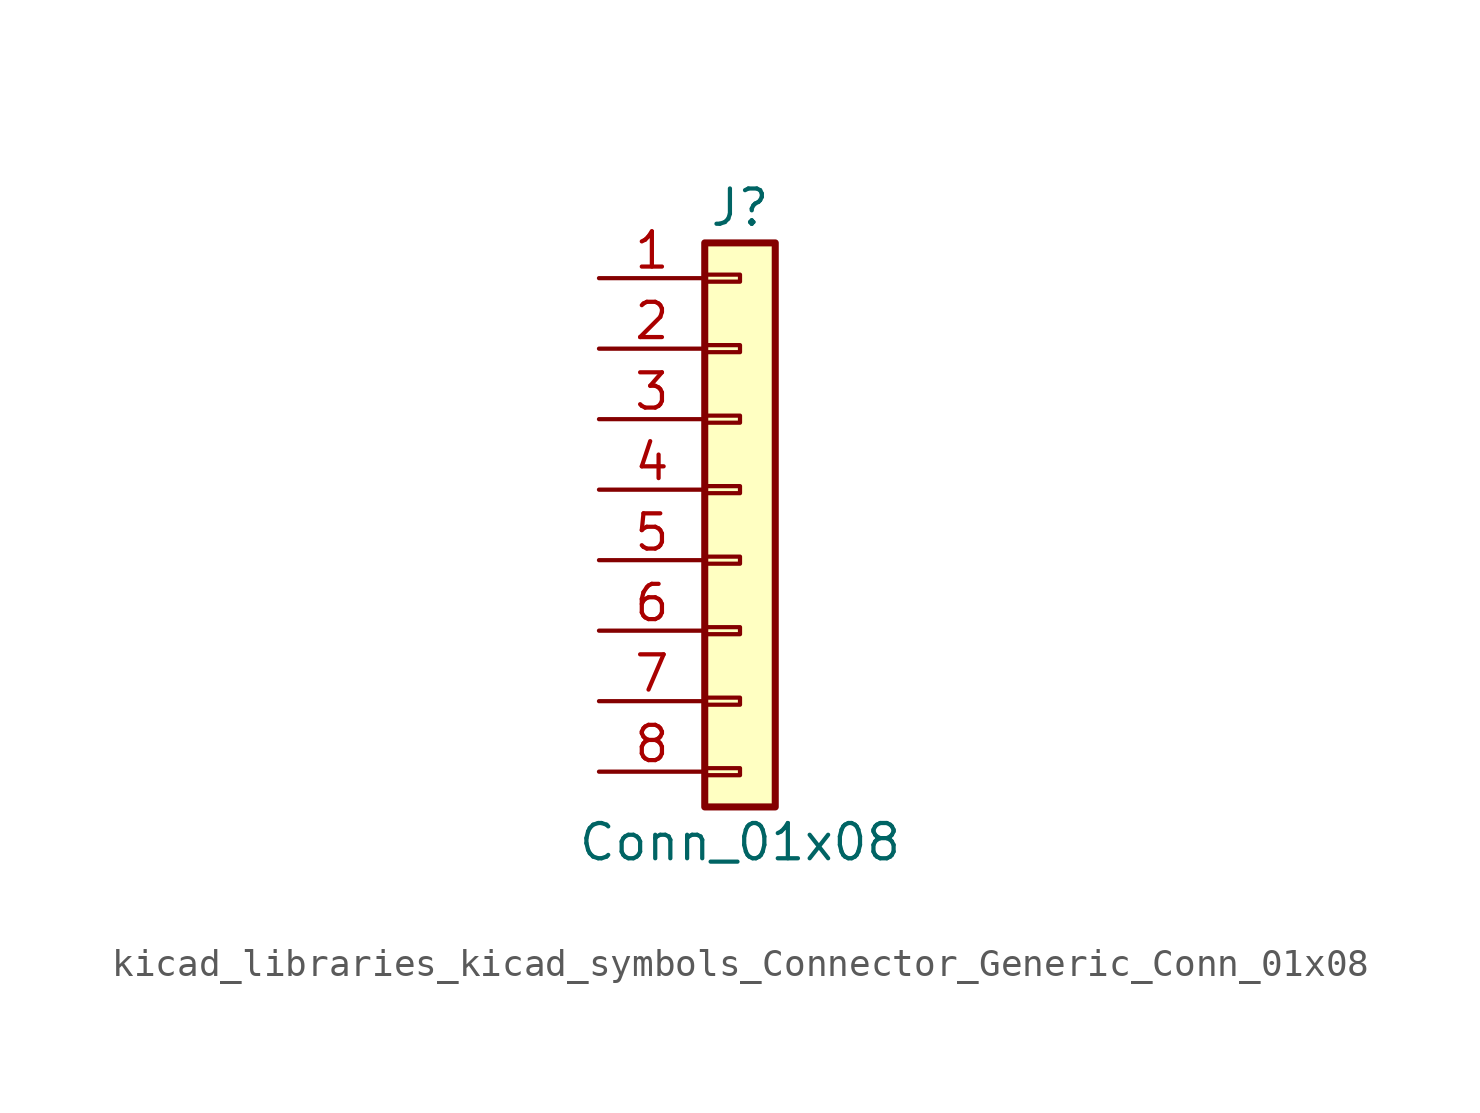
<source format=kicad_sym>
(kicad_symbol_lib
  (version 20220914)
  (generator kicad_symbol_editor)
  (symbol "kicad_libraries_kicad_symbols_Connector_Generic_Conn_01x08"
    (pin_names
      (offset 1.016) hide)
    (property "Reference" "J"
      (at 0 10.16 0)
      (effects (font (size 1.27 1.27))))
    (property "Value" "Conn_01x08"
      (at 0 -12.7 0)
      (effects (font (size 1.27 1.27))))
    (symbol "kicad_libraries_kicad_symbols_Connector_Generic_Conn_01x08_1_1"
      (rectangle (start -1.27 -10.033) (end 0 -10.287) (stroke (width 0.152) (type default)) (fill (type none)))
      (rectangle (start -1.27 -7.493) (end 0 -7.747) (stroke (width 0.152) (type default)) (fill (type none)))
      (rectangle (start -1.27 -4.953) (end 0 -5.207) (stroke (width 0.152) (type default)) (fill (type none)))
      (rectangle (start -1.27 -2.413) (end 0 -2.667) (stroke (width 0.152) (type default)) (fill (type none)))
      (rectangle (start -1.27 0.127) (end 0 -0.127) (stroke (width 0.152) (type default)) (fill (type none)))
      (rectangle (start -1.27 2.667) (end 0 2.413) (stroke (width 0.152) (type default)) (fill (type none)))
      (rectangle (start -1.27 5.207) (end 0 4.953) (stroke (width 0.152) (type default)) (fill (type none)))
      (rectangle (start -1.27 7.747) (end 0 7.493) (stroke (width 0.152) (type default)) (fill (type none)))
      (rectangle (start -1.27 8.89) (end 1.27 -11.43) (stroke (width 0.254) (type default)) (fill (type background)))
      (pin passive line (at -5.08 7.62 0) (length 3.81) (name "Pin_1" (effects (font (size 1.27 1.27)))) (number "1" (effects (font (size 1.27 1.27)))))
      (pin passive line (at -5.08 5.08 0) (length 3.81) (name "Pin_2" (effects (font (size 1.27 1.27)))) (number "2" (effects (font (size 1.27 1.27)))))
      (pin passive line (at -5.08 2.54 0) (length 3.81) (name "Pin_3" (effects (font (size 1.27 1.27)))) (number "3" (effects (font (size 1.27 1.27)))))
      (pin passive line (at -5.08 0 0) (length 3.81) (name "Pin_4" (effects (font (size 1.27 1.27)))) (number "4" (effects (font (size 1.27 1.27)))))
      (pin passive line (at -5.08 -2.54 0) (length 3.81) (name "Pin_5" (effects (font (size 1.27 1.27)))) (number "5" (effects (font (size 1.27 1.27)))))
      (pin passive line (at -5.08 -5.08 0) (length 3.81) (name "Pin_6" (effects (font (size 1.27 1.27)))) (number "6" (effects (font (size 1.27 1.27)))))
      (pin passive line (at -5.08 -7.62 0) (length 3.81) (name "Pin_7" (effects (font (size 1.27 1.27)))) (number "7" (effects (font (size 1.27 1.27)))))
      (pin passive line (at -5.08 -10.16 0) (length 3.81) (name "Pin_8" (effects (font (size 1.27 1.27)))) (number "8" (effects (font (size 1.27 1.27))))))))
</source>
